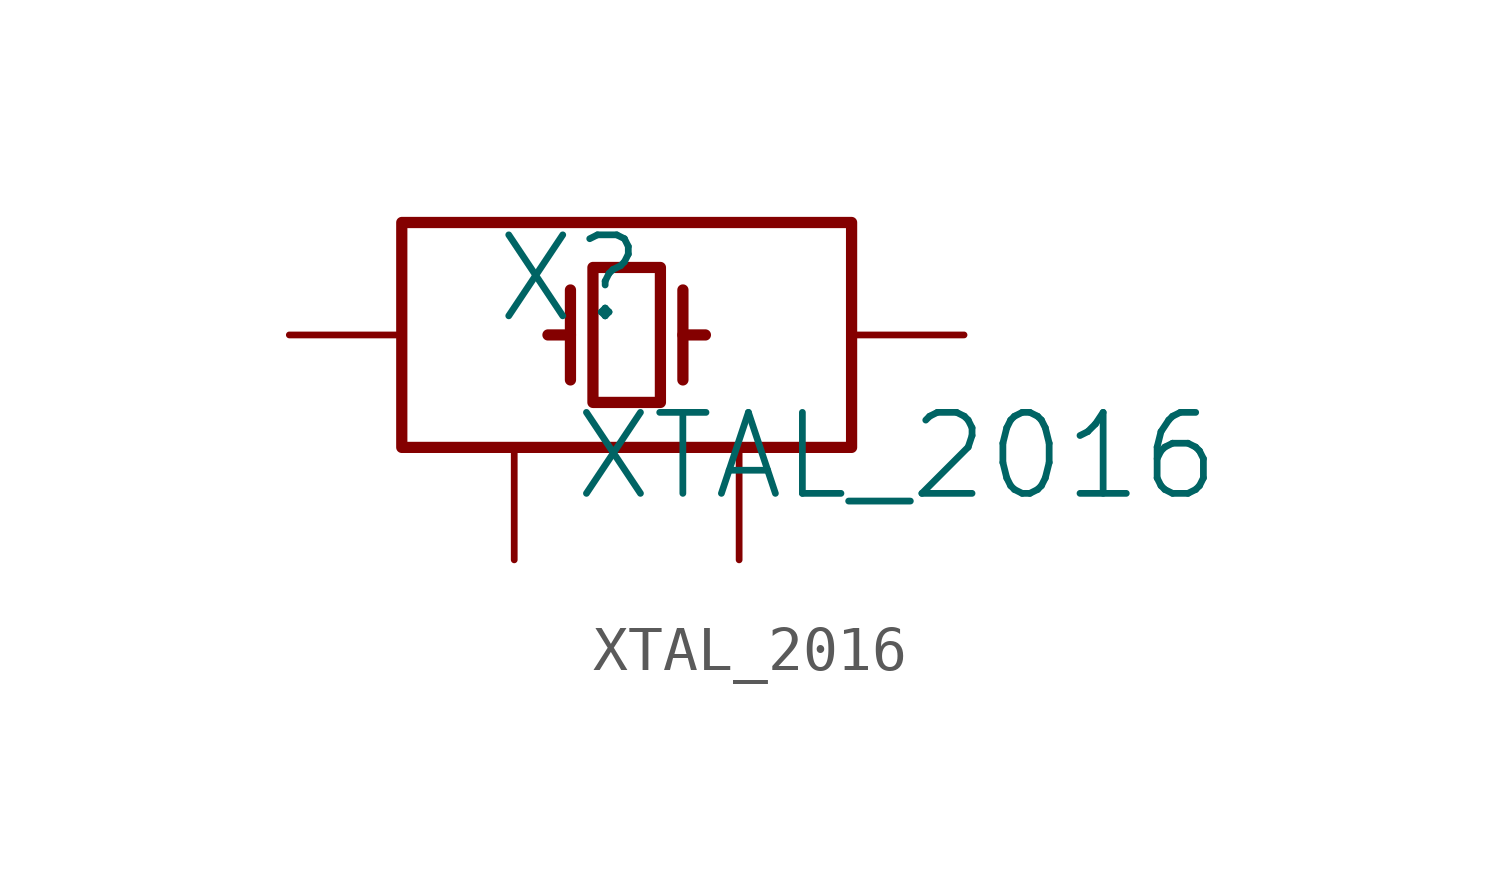
<source format=kicad_sym>
(kicad_symbol_lib
  (version 20231120)
  (generator "kicad_symbol_editor")
  (generator_version "8.0")
  (symbol "XTAL_2016"
    (property "Reference" "X"
      (at -1.27 1.27 0)
      (effects (font (size 1.829 1.829))))
    (property "Value" "XTAL_2016"
      (at -1.27 -3.81 0)
      (effects (font (size 1.829 1.829)) (justify left bottom)))
    (symbol "XTAL_2016_1_0"
      (polyline (pts (xy -1.27 0) (xy -1.778 0)) (stroke (width 0.254) (type solid)) (fill (type none)))
      (polyline (pts (xy -1.27 1.016) (xy -1.27 -1.016)) (stroke (width 0.254) (type solid)) (fill (type none)))
      (polyline (pts (xy 1.27 1.016) (xy 1.27 -1.016)) (stroke (width 0.254) (type solid)) (fill (type none)))
      (polyline (pts (xy 1.778 0) (xy 1.27 0)) (stroke (width 0.254) (type solid)) (fill (type none)))
      (polyline (pts (xy -5.08 -2.54) (xy 5.08 -2.54) (xy 5.08 2.54) (xy -5.08 2.54) (xy -5.08 -2.54)) (stroke (width 0.254) (type solid)) (fill (type none)))
      (polyline (pts (xy 0.762 1.524) (xy -0.762 1.524) (xy -0.762 -1.524) (xy 0.762 -1.524) (xy 0.762 1.524)) (stroke (width 0.254) (type solid)) (fill (type none)))
      (pin passive line (at -7.62 0 0) (length 2.54) (name "1" (effects (font (size 0 0)))) (number "1" (effects (font (size 0 0)))))
      (pin passive line (at -2.54 -5.08 90) (length 2.54) (name "2" (effects (font (size 0 0)))) (number "2" (effects (font (size 0 0)))))
      (pin passive line (at 7.62 0 180) (length 2.54) (name "3" (effects (font (size 0 0)))) (number "3" (effects (font (size 0 0)))))
      (pin passive line (at 2.54 -5.08 90) (length 2.54) (name "4" (effects (font (size 0 0)))) (number "4" (effects (font (size 0 0))))))))
</source>
